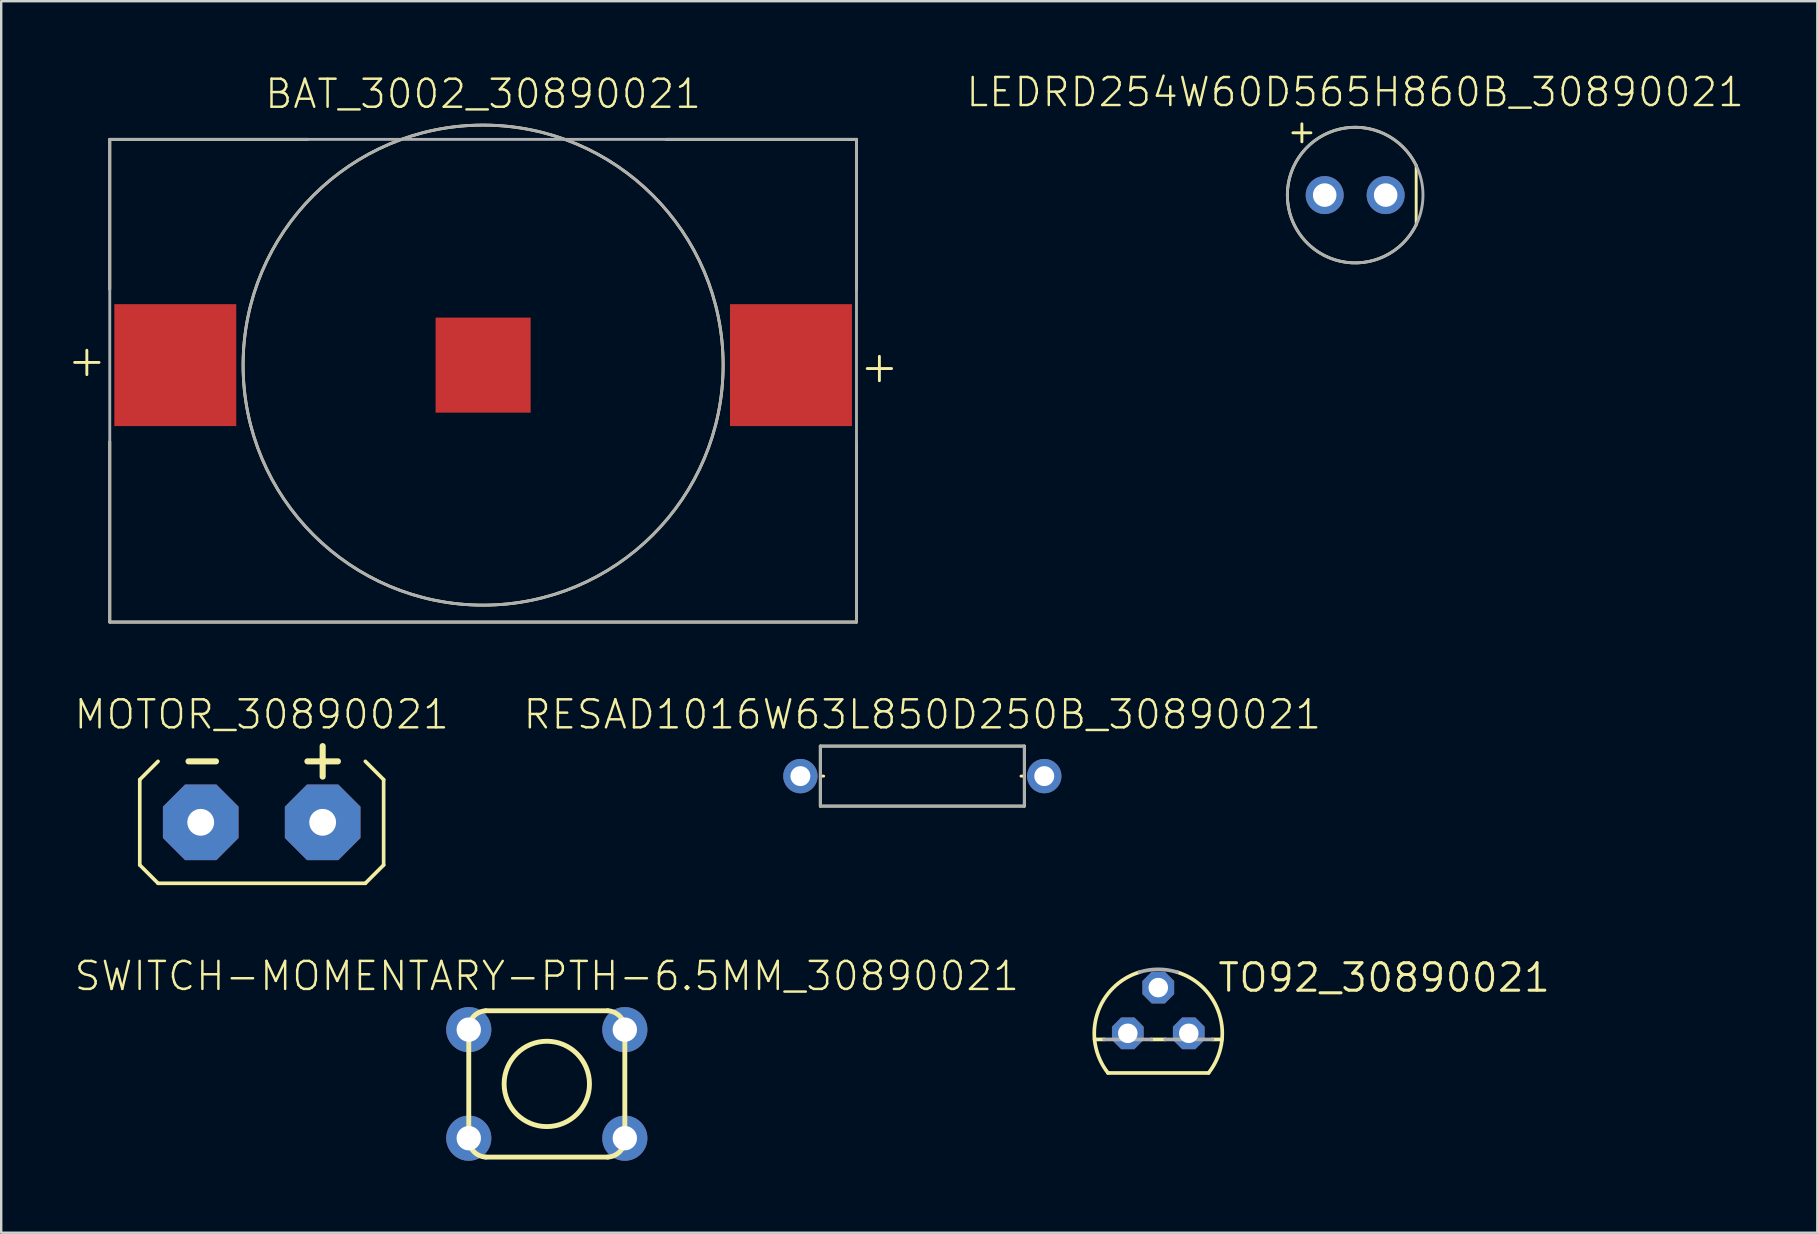
<source format=kicad_pcb>
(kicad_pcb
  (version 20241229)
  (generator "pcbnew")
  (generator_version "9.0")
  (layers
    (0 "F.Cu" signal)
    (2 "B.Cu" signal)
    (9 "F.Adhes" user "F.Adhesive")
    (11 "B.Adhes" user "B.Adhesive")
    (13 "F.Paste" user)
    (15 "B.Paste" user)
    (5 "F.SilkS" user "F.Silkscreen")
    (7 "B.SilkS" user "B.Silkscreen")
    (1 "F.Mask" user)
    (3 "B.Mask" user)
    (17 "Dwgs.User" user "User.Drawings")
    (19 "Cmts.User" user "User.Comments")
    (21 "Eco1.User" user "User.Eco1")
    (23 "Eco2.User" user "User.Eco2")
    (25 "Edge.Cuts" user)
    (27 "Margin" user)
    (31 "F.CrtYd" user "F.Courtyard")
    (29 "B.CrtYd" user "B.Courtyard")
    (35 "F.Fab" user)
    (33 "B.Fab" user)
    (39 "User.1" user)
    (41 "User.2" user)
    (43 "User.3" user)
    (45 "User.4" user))
  (footprint "SWITCH-MOMENTARY-PTH-6.5MM_30890021"
    (layer "F.Cu")
    (at 19.731 42.109)
    (property "Reference" "SWITCH-MOMENTARY-PTH-6.5MM_30890021" (at 0 -3.81 0) (unlocked yes) (layer "F.SilkS") (effects (font (size 1.168 1.168) (thickness 0.102)) (justify bottom)))
    (fp_line (start -3.251 2.261) (end -3.251 -2.261) (stroke (width 0.203) (type solid)) (layer "F.SilkS"))
    (fp_line (start -2.54 -3.048) (end 2.54 -3.048) (stroke (width 0.203) (type solid)) (layer "F.SilkS"))
    (fp_line (start 2.54 3.048) (end -2.54 3.048) (stroke (width 0.203) (type solid)) (layer "F.SilkS"))
    (fp_line (start 3.251 -2.261) (end 3.251 2.261) (stroke (width 0.203) (type solid)) (layer "F.SilkS"))
    (fp_arc (start -3.2512 -2.2606) (mid -3.058676 -2.801594) (end -2.54 -3.048) (stroke (width 0.2032) (type solid)) (layer "F.SilkS"))
    (fp_arc (start -2.54 3.048) (mid -3.058676 2.801594) (end -3.2512 2.2606) (stroke (width 0.2032) (type solid)) (layer "F.SilkS"))
    (fp_arc (start 2.54 -3.048) (mid 3.058676 -2.801594) (end 3.2512 -2.2606) (stroke (width 0.2032) (type solid)) (layer "F.SilkS"))
    (fp_arc (start 3.2512 2.2606) (mid 3.058676 2.801594) (end 2.54 3.048) (stroke (width 0.2032) (type solid)) (layer "F.SilkS"))
    (fp_circle (center 0 0) (end 1.778 0) (stroke (width 0.203) (type solid)) (fill no) (layer "F.SilkS"))
    (pad "1" thru_hole circle (at -3.251 -2.261) (size 1.88 1.88) (drill 1.016) (layers "*.Cu" "*.Mask"))
    (pad "2" thru_hole circle (at 3.251 -2.261) (size 1.88 1.88) (drill 1.016) (layers "*.Cu" "*.Mask"))
    (pad "3" thru_hole circle (at -3.251 2.261) (size 1.88 1.88) (drill 1.016) (layers "*.Cu" "*.Mask"))
    (pad "4" thru_hole circle (at 3.251 2.261) (size 1.88 1.88) (drill 1.016) (layers "*.Cu" "*.Mask")))
  (footprint "LEDRD254W60D565H860B_30890021"
    (layer "F.Cu")
    (at 53.41 5.078)
    (property "Reference" "LEDRD254W60D565H860B_30890021" (at 0 -3.605 0) (unlocked yes) (layer "F.SilkS") (effects (font (size 1.168 1.168) (thickness 0.102)) (justify bottom)))
    (fp_line (start -2.595 -2.595) (end -1.845 -2.595) (stroke (width 0.12) (type solid)) (layer "F.SilkS"))
    (fp_line (start -2.22 -2.97) (end -2.22 -2.22) (stroke (width 0.12) (type solid)) (layer "F.SilkS"))
    (fp_line (start 2.542 -1.231) (end 2.542 1.231) (stroke (width 0.12) (type solid)) (layer "F.SilkS"))
    (fp_arc (start -2.825 0.000001) (mid -0.631694 -2.753475) (end 2.5425 -1.2314) (stroke (width 0.12) (type solid)) (layer "F.SilkS"))
    (fp_arc (start 2.5425 1.2314) (mid -0.631694 2.753475) (end -2.825 -0.000001) (stroke (width 0.12) (type solid)) (layer "F.SilkS"))
    (fp_circle (center 0 0) (end 2.825 0) (stroke (width 0.12) (type solid)) (fill no) (layer "F.Fab"))
    (pad "1" thru_hole circle (at -1.27 0) (size 1.581 1.581) (drill 0.981) (layers "*.Cu" "*.Mask"))
    (pad "2" thru_hole circle (at 1.27 0) (size 1.581 1.581) (drill 0.981) (layers "*.Cu" "*.Mask")))
  (footprint "BAT_3002_30890021"
    (layer "F.Cu")
    (at 17.078 12.812)
    (property "Reference" "BAT_3002_30890021" (at 0 -11.95 0) (unlocked yes) (layer "F.SilkS") (effects (font (size 1.168 1.168) (thickness 0.102))))
    (fp_line (start -17.018 -0.762) (end -16.002 -0.762) (stroke (width 0.12) (type solid)) (layer "F.SilkS"))
    (fp_line (start -16.51 -1.27) (end -16.51 -0.254) (stroke (width 0.12) (type solid)) (layer "F.SilkS"))
    (fp_line (start -15.555 -10.055) (end -7.305 -10.055) (stroke (width 0.12) (type solid)) (layer "F.SilkS"))
    (fp_line (start -15.555 -3.81) (end -15.555 -10.055) (stroke (width 0.12) (type solid)) (layer "F.SilkS"))
    (fp_line (start -15.555 10.055) (end -15.555 2.54) (stroke (width 0.12) (type solid)) (layer "F.SilkS"))
    (fp_line (start 7.62 -10.055) (end 15.555 -10.055) (stroke (width 0.12) (type solid)) (layer "F.SilkS"))
    (fp_line (start 15.555 -10.055) (end 15.555 -3.81) (stroke (width 0.12) (type solid)) (layer "F.SilkS"))
    (fp_line (start 15.555 2.54) (end 15.555 10.055) (stroke (width 0.12) (type solid)) (layer "F.SilkS"))
    (fp_line (start 15.555 10.055) (end -15.555 10.055) (stroke (width 0.12) (type solid)) (layer "F.SilkS"))
    (fp_line (start 16.002 -0.508) (end 17.018 -0.508) (stroke (width 0.12) (type solid)) (layer "F.SilkS"))
    (fp_line (start 16.51 -1.016) (end 16.51 0) (stroke (width 0.12) (type solid)) (layer "F.SilkS"))
    (fp_circle (center 0 -0.65) (end 10 -0.65) (stroke (width 0.12) (type solid)) (fill no) (layer "F.SilkS"))
    (fp_line (start -15.555 -10.055) (end 15.555 -10.055) (stroke (width 0.12) (type solid)) (layer "F.Fab"))
    (fp_line (start -15.555 10.055) (end -15.555 -10.055) (stroke (width 0.12) (type solid)) (layer "F.Fab"))
    (fp_line (start 15.555 -10.055) (end 15.555 10.055) (stroke (width 0.12) (type solid)) (layer "F.Fab"))
    (fp_line (start 15.555 10.055) (end -15.555 10.055) (stroke (width 0.12) (type solid)) (layer "F.Fab"))
    (fp_circle (center 0 -0.65) (end 10 -0.65) (stroke (width 0.12) (type solid)) (fill no) (layer "F.Fab"))
    (pad "N" smd rect (at 0 -0.65) (size 3.96 3.96) (layers "F.Cu" "F.Mask" "F.Paste"))
    (pad "P" smd rect (at 12.825 -0.65) (size 5.08 5.08) (layers "F.Cu" "F.Mask" "F.Paste"))
    (pad "P1" smd rect (at -12.825 -0.65) (size 5.08 5.08) (layers "F.Cu" "F.Mask" "F.Paste")))
  (footprint "TO92_30890021"
    (layer "F.Cu")
    (at 45.207 40.001)
    (property "Reference" "TO92_30890021" (at 2.413 -1.651 0) (unlocked yes) (layer "F.SilkS") (effects (font (size 1.143 1.143) (thickness 0.127)) (justify left bottom)))
    (fp_line (start -2.655 0.254) (end -2.254 0.254) (stroke (width 0.152) (type solid)) (layer "F.SilkS"))
    (fp_line (start -2.095 1.651) (end 2.095 1.651) (stroke (width 0.152) (type solid)) (layer "F.SilkS"))
    (fp_line (start -0.286 0.254) (end 0.286 0.254) (stroke (width 0.152) (type solid)) (layer "F.SilkS"))
    (fp_line (start 2.254 0.254) (end 2.655 0.254) (stroke (width 0.152) (type solid)) (layer "F.SilkS"))
    (fp_arc (start -2.095 1.651) (mid -2.546798 -0.793169) (end -0.786898 -2.5484) (stroke (width 0.1524) (type solid)) (layer "F.SilkS"))
    (fp_arc (start 0.7869 -2.5484) (mid 2.546798 -0.793168) (end 2.094999 1.651001) (stroke (width 0.1524) (type solid)) (layer "F.SilkS"))
    (fp_line (start -2.254 0.254) (end -0.286 0.254) (stroke (width 0.152) (type solid)) (layer "F.Fab"))
    (fp_line (start 0.286 0.254) (end 2.254 0.254) (stroke (width 0.152) (type solid)) (layer "F.Fab"))
    (fp_arc (start -0.7864 -2.5484) (mid 0 -2.666977) (end 0.7864 -2.5484) (stroke (width 0.1524) (type solid)) (layer "F.Fab"))
    (pad "1" thru_hole roundrect (at -1.27 0) (size 1.321 1.321) (drill 0.813) (layers "*.Cu" "*.Mask") (roundrect_rratio 0.25) (chamfer_ratio 0.293) (chamfer top_left top_right bottom_left bottom_right))
    (pad "2" thru_hole roundrect (at 0 -1.905) (size 1.321 1.321) (drill 0.813) (layers "*.Cu" "*.Mask") (roundrect_rratio 0.25) (chamfer_ratio 0.293) (chamfer top_left top_right bottom_left bottom_right))
    (pad "3" thru_hole roundrect (at 1.27 0) (size 1.321 1.321) (drill 0.813) (layers "*.Cu" "*.Mask") (roundrect_rratio 0.25) (chamfer_ratio 0.293) (chamfer top_left top_right bottom_left bottom_right)))
  (footprint "MOTOR_30890021"
    (layer "F.Cu")
    (at 7.853 31.21)
    (property "Reference" "MOTOR_30890021" (at 0 -3.81 0) (unlocked yes) (layer "F.SilkS") (effects (font (size 1.168 1.168) (thickness 0.102)) (justify bottom)))
    (fp_line (start -5.08 -1.778) (end -5.08 1.778) (stroke (width 0.152) (type solid)) (layer "F.SilkS"))
    (fp_line (start -5.08 1.778) (end -4.318 2.54) (stroke (width 0.152) (type solid)) (layer "F.SilkS"))
    (fp_line (start -4.318 -2.54) (end -5.08 -1.778) (stroke (width 0.152) (type solid)) (layer "F.SilkS"))
    (fp_line (start -4.318 2.54) (end 4.318 2.54) (stroke (width 0.152) (type solid)) (layer "F.SilkS"))
    (fp_line (start -3.048 -2.54) (end -1.905 -2.54) (stroke (width 0.254) (type solid)) (layer "F.SilkS"))
    (fp_line (start 1.905 -2.54) (end 3.175 -2.54) (stroke (width 0.254) (type solid)) (layer "F.SilkS"))
    (fp_line (start 2.54 -1.905) (end 2.54 -3.175) (stroke (width 0.254) (type solid)) (layer "F.SilkS"))
    (fp_line (start 4.318 2.54) (end 5.08 1.778) (stroke (width 0.152) (type solid)) (layer "F.SilkS"))
    (fp_line (start 5.08 -1.778) (end 4.318 -2.54) (stroke (width 0.152) (type solid)) (layer "F.SilkS"))
    (fp_line (start 5.08 1.778) (end 5.08 -1.778) (stroke (width 0.152) (type solid)) (layer "F.SilkS"))
    (pad "+" thru_hole roundrect (at 2.54 0) (size 3.15 3.15) (drill 1.118) (layers "*.Cu" "*.Mask") (roundrect_rratio 0.25) (chamfer_ratio 0.293) (chamfer top_left top_right bottom_left bottom_right))
    (pad "-" thru_hole roundrect (at -2.54 0) (size 3.15 3.15) (drill 1.118) (layers "*.Cu" "*.Mask") (roundrect_rratio 0.25) (chamfer_ratio 0.293) (chamfer top_left top_right bottom_left bottom_right)))
  (footprint "RESAD1016W63L850D250B_30890021"
    (layer "F.Cu")
    (at 35.377 29.285)
    (property "Reference" "RESAD1016W63L850D250B_30890021" (at 0 -1.885 0) (unlocked yes) (layer "F.SilkS") (effects (font (size 1.168 1.168) (thickness 0.102)) (justify bottom)))
    (fp_line (start -4.25 -1.25) (end 4.25 -1.25) (stroke (width 0.12) (type solid)) (layer "F.SilkS"))
    (fp_line (start -4.25 0) (end -4.111 0) (stroke (width 0.12) (type solid)) (layer "F.SilkS"))
    (fp_line (start -4.25 1.25) (end -4.25 -1.25) (stroke (width 0.12) (type solid)) (layer "F.SilkS"))
    (fp_line (start 4.25 -1.25) (end 4.25 1.25) (stroke (width 0.12) (type solid)) (layer "F.SilkS"))
    (fp_line (start 4.25 0) (end 4.111 0) (stroke (width 0.12) (type solid)) (layer "F.SilkS"))
    (fp_line (start 4.25 1.25) (end -4.25 1.25) (stroke (width 0.12) (type solid)) (layer "F.SilkS"))
    (fp_line (start -4.25 -1.25) (end 4.25 -1.25) (stroke (width 0.12) (type solid)) (layer "F.Fab"))
    (fp_line (start -4.25 1.25) (end -4.25 -1.25) (stroke (width 0.12) (type solid)) (layer "F.Fab"))
    (fp_line (start 4.25 -1.25) (end 4.25 1.25) (stroke (width 0.12) (type solid)) (layer "F.Fab"))
    (fp_line (start 4.25 1.25) (end -4.25 1.25) (stroke (width 0.12) (type solid)) (layer "F.Fab"))
    (pad "1" thru_hole circle (at -5.08 0) (size 1.43 1.43) (drill 0.83) (layers "*.Cu" "*.Mask"))
    (pad "2" thru_hole circle (at 5.08 0) (size 1.43 1.43) (drill 0.83) (layers "*.Cu" "*.Mask")))
  (gr_rect
    (start -3 -3)
    (end 72.664 48.31)
    (stroke (width 0.1) (type default))
    (fill no)
    (layer "Edge.Cuts")))
</source>
